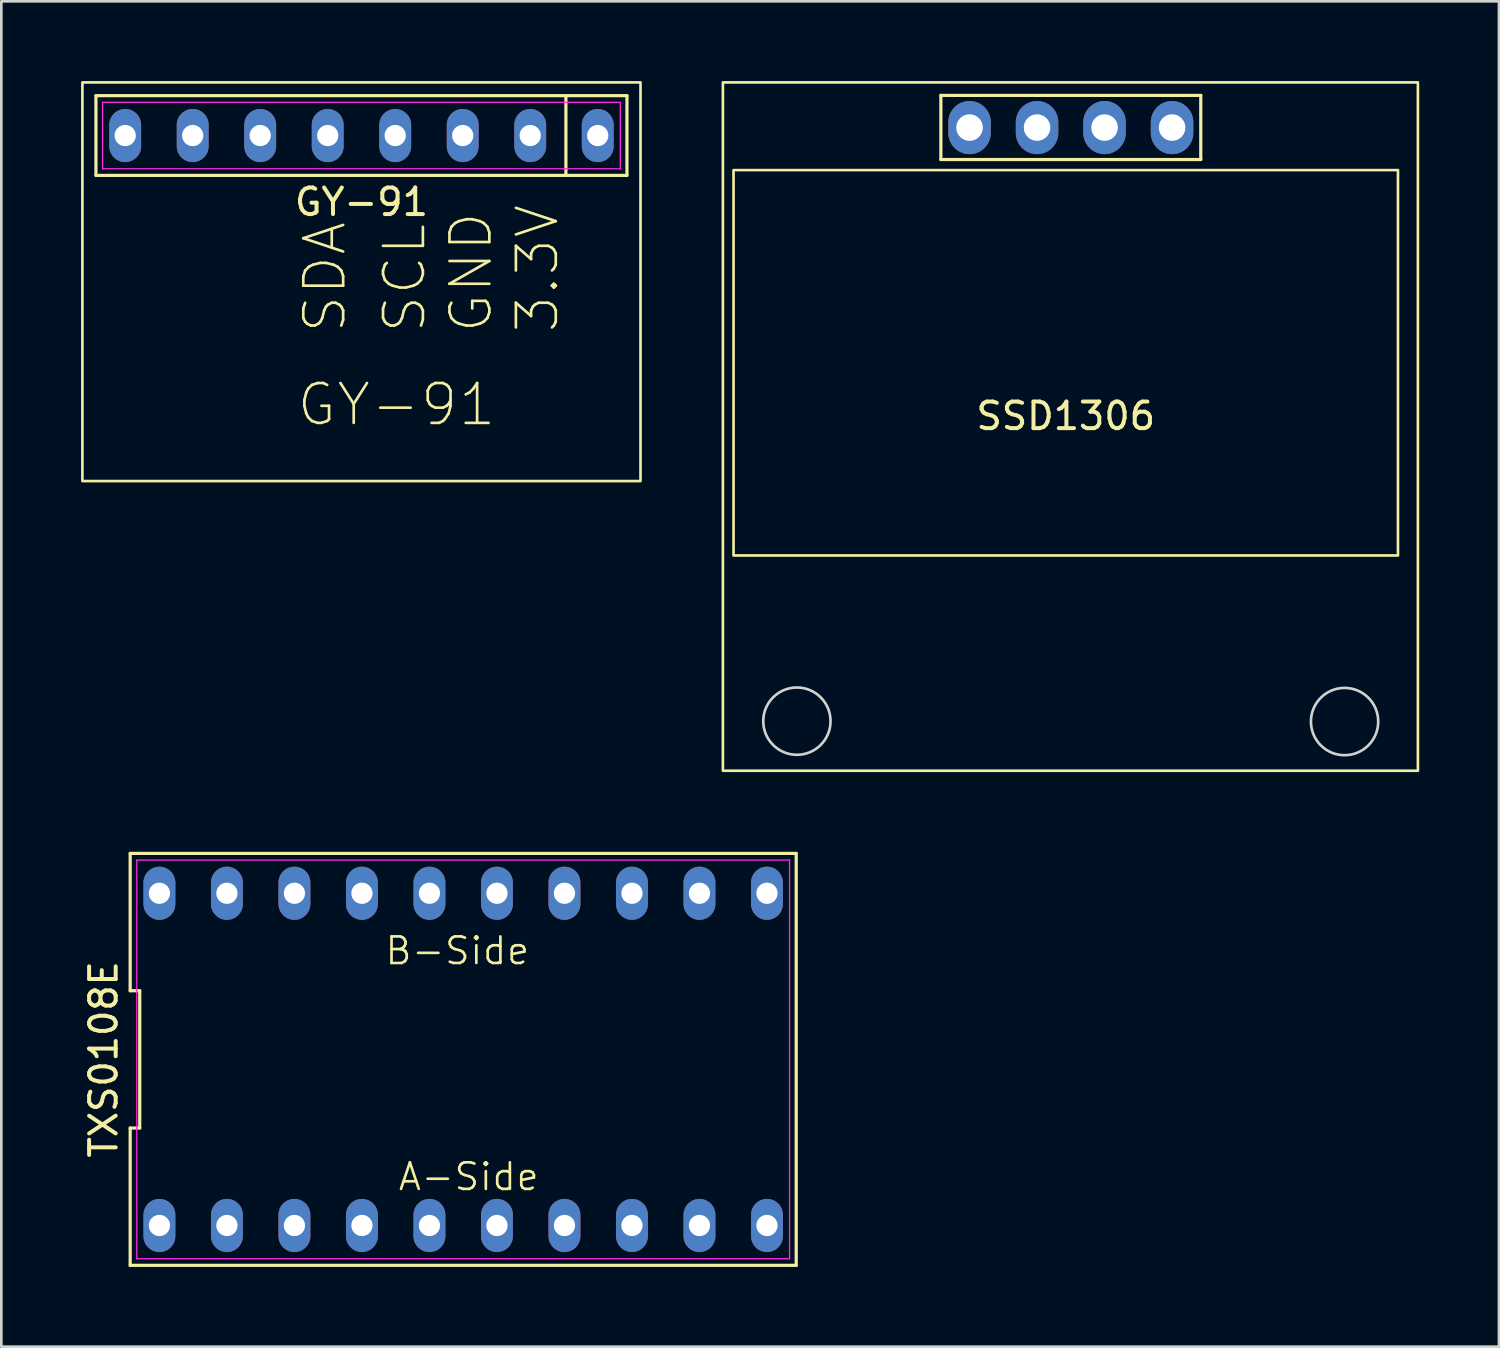
<source format=kicad_pcb>
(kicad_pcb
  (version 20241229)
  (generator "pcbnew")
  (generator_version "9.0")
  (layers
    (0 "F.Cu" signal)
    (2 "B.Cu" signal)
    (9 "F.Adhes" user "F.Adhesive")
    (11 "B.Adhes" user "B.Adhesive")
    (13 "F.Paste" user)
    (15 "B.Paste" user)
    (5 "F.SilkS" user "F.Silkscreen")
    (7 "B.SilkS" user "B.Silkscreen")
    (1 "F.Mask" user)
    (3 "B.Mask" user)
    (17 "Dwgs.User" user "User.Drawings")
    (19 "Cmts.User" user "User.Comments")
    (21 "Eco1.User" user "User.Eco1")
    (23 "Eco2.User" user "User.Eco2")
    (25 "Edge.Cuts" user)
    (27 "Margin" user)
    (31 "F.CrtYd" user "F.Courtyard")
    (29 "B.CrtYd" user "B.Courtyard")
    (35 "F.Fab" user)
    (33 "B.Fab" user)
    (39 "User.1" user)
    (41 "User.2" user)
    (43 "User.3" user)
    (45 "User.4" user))
  (footprint "GY-91"
    (layer "F.Cu")
    (at 10.55 2.05)
    (property "Reference" "GY-91" (at 0 2.5 0) (layer "F.SilkS") (effects (font (size 1 1) (thickness 0.15))))
    (attr through_hole)
    (fp_line (start -9.99 -1.5) (end 9.99 -1.5) (stroke (width 0.12) (type default)) (layer "F.SilkS"))
    (fp_line (start -9.99 1.5) (end -9.99 -1.5) (stroke (width 0.12) (type default)) (layer "F.SilkS"))
    (fp_line (start 7.693 -1.495) (end 7.693 1.505) (stroke (width 0.12) (type default)) (layer "F.SilkS"))
    (fp_line (start 9.99 -1.5) (end 9.99 1.5) (stroke (width 0.12) (type default)) (layer "F.SilkS"))
    (fp_line (start 9.99 1.5) (end -9.99 1.5) (stroke (width 0.12) (type default)) (layer "F.SilkS"))
    (fp_rect (start -10.5 -2) (end 10.5 13) (stroke (width 0.1) (type default)) (fill no) (layer "F.SilkS"))
    (fp_line (start -9.74 -1.25) (end 9.74 -1.25) (stroke (width 0.05) (type default)) (layer "F.CrtYd"))
    (fp_line (start -9.74 1.25) (end -9.74 -1.25) (stroke (width 0.05) (type default)) (layer "F.CrtYd"))
    (fp_line (start 9.74 -1.25) (end 9.74 1.25) (stroke (width 0.05) (type default)) (layer "F.CrtYd"))
    (fp_line (start 9.74 1.25) (end -9.74 1.25) (stroke (width 0.05) (type default)) (layer "F.CrtYd"))
    (fp_text user "SCL" (at 2.5 7.5 90) (unlocked yes) (layer "F.SilkS") (effects (font (size 1.5 1.5) (thickness 0.1)) (justify left bottom)))
    (fp_text user "3.3V" (at 7.5 7.5 90) (unlocked yes) (layer "F.SilkS") (effects (font (size 1.5 1.5) (thickness 0.1)) (justify left bottom)))
    (fp_text user "GY-91" (at -2.5 11 0) (unlocked yes) (layer "F.SilkS") (effects (font (size 1.5 1.5) (thickness 0.1)) (justify left bottom)))
    (fp_text user "SDA" (at -0.5 7.5 90) (unlocked yes) (layer "F.SilkS") (effects (font (size 1.5 1.5) (thickness 0.1)) (justify left bottom)))
    (fp_text user "GND" (at 5 7.5 90) (unlocked yes) (layer "F.SilkS") (effects (font (size 1.5 1.5) (thickness 0.1)) (justify left bottom)))
    (pad "1" thru_hole oval (at 8.89 0) (size 1.2 2) (drill 0.8) (layers "*.Cu" "*.Mask"))
    (pad "2" thru_hole oval (at 6.35 0) (size 1.2 2) (drill 0.8) (layers "*.Cu" "*.Mask"))
    (pad "3" thru_hole oval (at 3.81 0) (size 1.2 2) (drill 0.8) (layers "*.Cu" "*.Mask"))
    (pad "4" thru_hole oval (at 1.27 0) (size 1.2 2) (drill 0.8) (layers "*.Cu" "*.Mask"))
    (pad "5" thru_hole oval (at -1.27 0) (size 1.2 2) (drill 0.8) (layers "*.Cu" "*.Mask"))
    (pad "6" thru_hole oval (at -3.81 0) (size 1.2 2) (drill 0.8) (layers "*.Cu" "*.Mask"))
    (pad "7" thru_hole oval (at -6.35 0) (size 1.2 2) (drill 0.8) (layers "*.Cu" "*.Mask"))
    (pad "8" thru_hole oval (at -8.89 0) (size 1.2 2) (drill 0.8) (layers "*.Cu" "*.Mask")))
  (footprint "TXS0108E"
    (layer "F.Cu")
    (at 14.378 36.81)
    (property "Reference" "TXS0108E" (at -13.53 0 90) (layer "F.SilkS") (effects (font (size 1 1) (thickness 0.15))))
    (attr through_hole)
    (fp_line (start -12.53 -7.75) (end -12.53 -2.583) (stroke (width 0.12) (type default)) (layer "F.SilkS"))
    (fp_line (start -12.53 -2.583) (end -12.17 -2.583) (stroke (width 0.12) (type default)) (layer "F.SilkS"))
    (fp_line (start -12.53 2.583) (end -12.53 7.75) (stroke (width 0.12) (type default)) (layer "F.SilkS"))
    (fp_line (start -12.53 7.75) (end 12.53 7.75) (stroke (width 0.12) (type default)) (layer "F.SilkS"))
    (fp_line (start -12.17 -2.583) (end -12.17 2.583) (stroke (width 0.12) (type default)) (layer "F.SilkS"))
    (fp_line (start -12.17 2.583) (end -12.53 2.583) (stroke (width 0.12) (type default)) (layer "F.SilkS"))
    (fp_line (start 12.53 -7.75) (end -12.53 -7.75) (stroke (width 0.12) (type default)) (layer "F.SilkS"))
    (fp_line (start 12.53 7.75) (end 12.53 -7.75) (stroke (width 0.12) (type default)) (layer "F.SilkS"))
    (fp_line (start -12.28 -7.5) (end 12.28 -7.5) (stroke (width 0.05) (type default)) (layer "F.CrtYd"))
    (fp_line (start -12.28 7.5) (end -12.28 -7.5) (stroke (width 0.05) (type default)) (layer "F.CrtYd"))
    (fp_line (start 12.28 -7.5) (end 12.28 7.5) (stroke (width 0.05) (type default)) (layer "F.CrtYd"))
    (fp_line (start 12.28 7.5) (end -12.28 7.5) (stroke (width 0.05) (type default)) (layer "F.CrtYd"))
    (fp_text user "A-Side" (at -2.5 5 0) (unlocked yes) (layer "F.SilkS") (effects (font (size 1 1) (thickness 0.1)) (justify left bottom)))
    (fp_text user "B-Side" (at -3 -3.5 0) (unlocked yes) (layer "F.SilkS") (effects (font (size 1 1) (thickness 0.1)) (justify left bottom)))
    (pad "1" thru_hole oval (at -11.43 6.25) (size 1.2 2) (drill 0.8) (layers "*.Cu" "*.Mask"))
    (pad "2" thru_hole oval (at -8.89 6.25) (size 1.2 2) (drill 0.8) (layers "*.Cu" "*.Mask"))
    (pad "3" thru_hole oval (at -6.35 6.25) (size 1.2 2) (drill 0.8) (layers "*.Cu" "*.Mask"))
    (pad "4" thru_hole oval (at -3.81 6.25) (size 1.2 2) (drill 0.8) (layers "*.Cu" "*.Mask"))
    (pad "5" thru_hole oval (at -1.27 6.25) (size 1.2 2) (drill 0.8) (layers "*.Cu" "*.Mask"))
    (pad "6" thru_hole oval (at 1.27 6.25) (size 1.2 2) (drill 0.8) (layers "*.Cu" "*.Mask"))
    (pad "7" thru_hole oval (at 3.81 6.25) (size 1.2 2) (drill 0.8) (layers "*.Cu" "*.Mask"))
    (pad "8" thru_hole oval (at 6.35 6.25) (size 1.2 2) (drill 0.8) (layers "*.Cu" "*.Mask"))
    (pad "9" thru_hole oval (at 8.89 6.25) (size 1.2 2) (drill 0.8) (layers "*.Cu" "*.Mask"))
    (pad "10" thru_hole oval (at 11.43 6.25) (size 1.2 2) (drill 0.8) (layers "*.Cu" "*.Mask"))
    (pad "11" thru_hole oval (at 11.43 -6.25) (size 1.2 2) (drill 0.8) (layers "*.Cu" "*.Mask"))
    (pad "12" thru_hole oval (at 8.89 -6.25) (size 1.2 2) (drill 0.8) (layers "*.Cu" "*.Mask"))
    (pad "13" thru_hole oval (at 6.35 -6.25) (size 1.2 2) (drill 0.8) (layers "*.Cu" "*.Mask"))
    (pad "14" thru_hole oval (at 3.81 -6.25) (size 1.2 2) (drill 0.8) (layers "*.Cu" "*.Mask"))
    (pad "15" thru_hole oval (at 1.27 -6.25) (size 1.2 2) (drill 0.8) (layers "*.Cu" "*.Mask"))
    (pad "16" thru_hole oval (at -1.27 -6.25) (size 1.2 2) (drill 0.8) (layers "*.Cu" "*.Mask"))
    (pad "17" thru_hole oval (at -3.81 -6.25) (size 1.2 2) (drill 0.8) (layers "*.Cu" "*.Mask"))
    (pad "18" thru_hole oval (at -6.35 -6.25) (size 1.2 2) (drill 0.8) (layers "*.Cu" "*.Mask"))
    (pad "19" thru_hole oval (at -8.89 -6.25) (size 1.2 2) (drill 0.8) (layers "*.Cu" "*.Mask"))
    (pad "20" thru_hole oval (at -11.43 -6.25) (size 1.2 2) (drill 0.8) (layers "*.Cu" "*.Mask")))
  (footprint "SSD1306"
    (layer "F.Cu")
    (at 37.05 12.35)
    (property "Reference" "SSD1306" (at 0 0.254 0) (layer "F.SilkS") (effects (font (size 1 1) (thickness 0.15))))
    (attr through_hole)
    (fp_line (start -4.699 -11.811) (end -4.699 -9.398) (stroke (width 0.12) (type solid)) (layer "F.SilkS"))
    (fp_line (start -4.699 -11.811) (end 5.08 -11.811) (stroke (width 0.12) (type solid)) (layer "F.SilkS"))
    (fp_line (start 5.08 -11.811) (end 5.08 -9.398) (stroke (width 0.12) (type solid)) (layer "F.SilkS"))
    (fp_line (start 5.08 -9.398) (end -4.699 -9.398) (stroke (width 0.12) (type solid)) (layer "F.SilkS"))
    (fp_rect (start -12.9 -12.3) (end 13.25 13.6) (stroke (width 0.1) (type default)) (fill no) (layer "F.SilkS"))
    (fp_rect (start -12.5 -9) (end 12.5 5.5) (stroke (width 0.1) (type default)) (fill no) (layer "F.SilkS"))
    (fp_circle (center -10.116 11.734) (end -8.85 11.734) (stroke (width 0.1) (type default)) (fill no) (layer "Edge.Cuts"))
    (fp_circle (center 10.491 11.749) (end 11.757 11.749) (stroke (width 0.1) (type default)) (fill no) (layer "Edge.Cuts"))
    (pad "1" thru_hole oval (at -3.62 -10.6 90) (size 2 1.6) (drill 1) (layers "*.Cu" "*.Mask"))
    (pad "2" thru_hole oval (at -1.08 -10.6 90) (size 2 1.6) (drill 1) (layers "*.Cu" "*.Mask"))
    (pad "3" thru_hole oval (at 1.46 -10.6 90) (size 2 1.6) (drill 1) (layers "*.Cu" "*.Mask"))
    (pad "4" thru_hole oval (at 4 -10.6 90) (size 2 1.6) (drill 1) (layers "*.Cu" "*.Mask")))
  (gr_rect
    (start -3 -3)
    (end 53.35 47.62)
    (stroke (width 0.1) (type default))
    (fill no)
    (layer "Edge.Cuts")))
</source>
